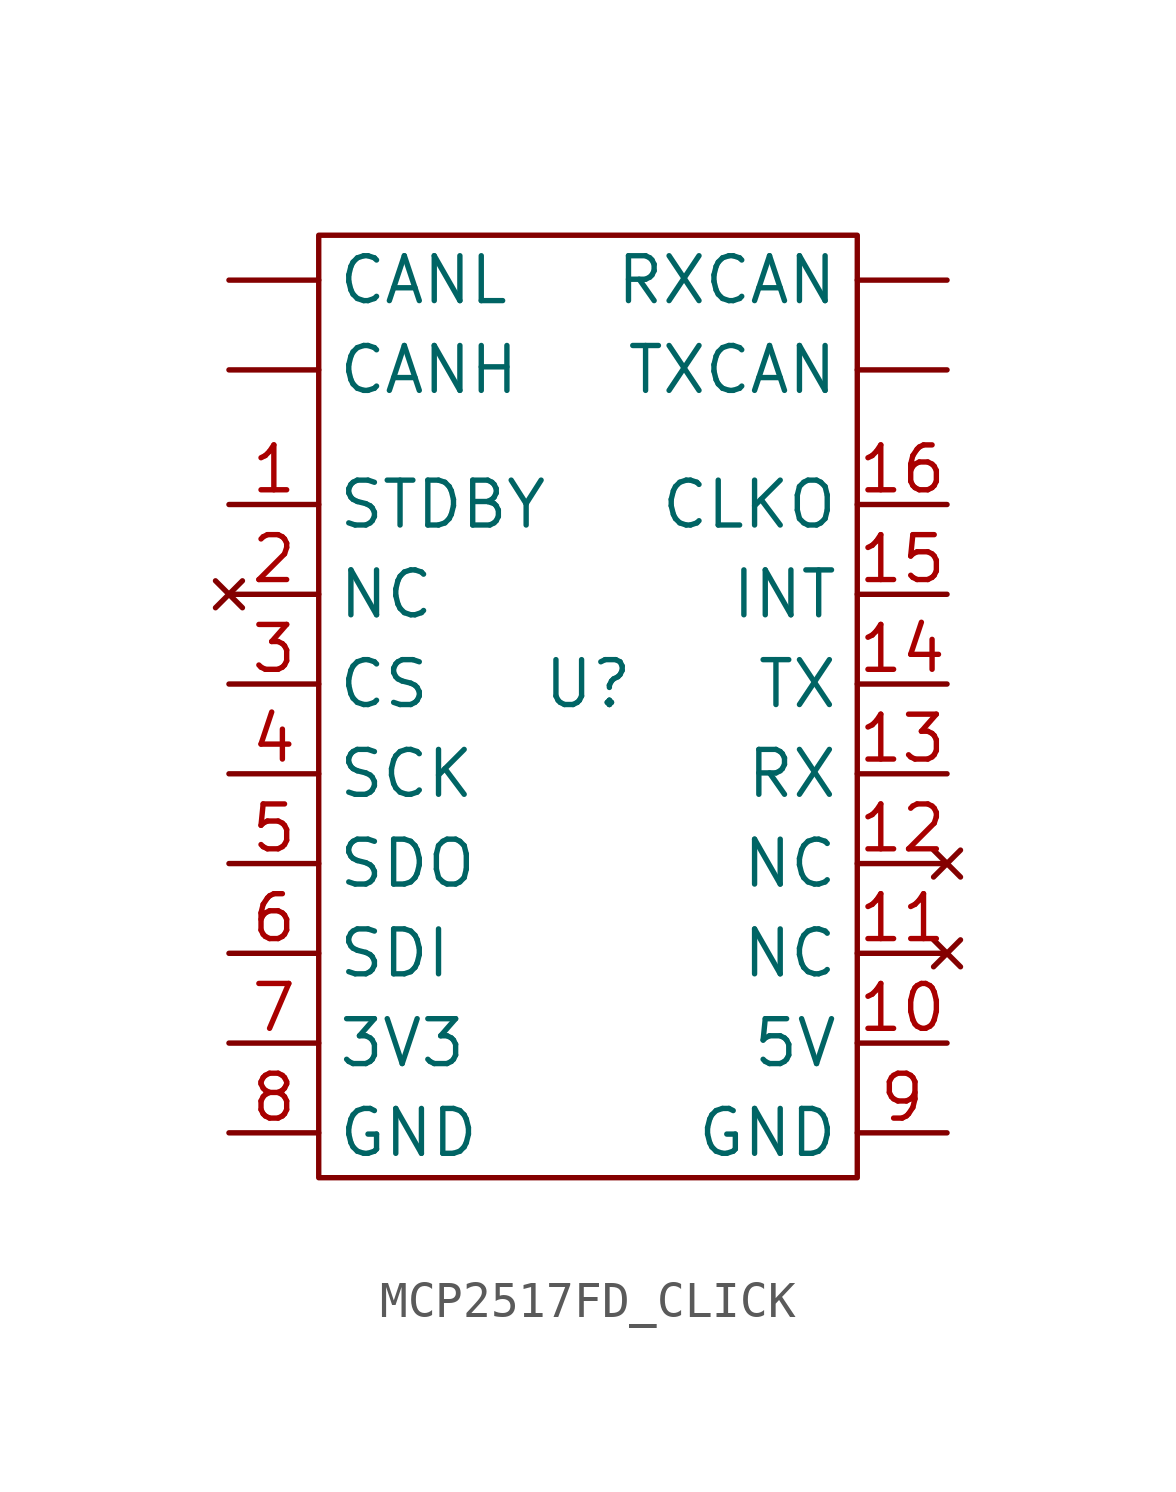
<source format=kicad_sym>
(kicad_symbol_lib
  (version 20241209)
  (generator "kicad_symbol_editor")
  (generator_version "9.0")
  (symbol "MCP2517FD_CLICK"
    (property "Reference" "U"
      (at 0 0 0)
      (effects (font (size 1.27 1.27))))
    (property "Value" ""
      (at 0 0 0)
      (effects (font (size 1.27 1.27))))
    (symbol "MCP2517FD_CLICK_0_1"
      (rectangle (start -7.62 12.7) (end 7.62 -13.97) (stroke (width 0) (type default)) (fill (type none))))
    (symbol "MCP2517FD_CLICK_1_1"
      (pin bidirectional line (at -10.16 11.43 0) (length 2.54) (name "CANL" (effects (font (size 1.27 1.27)))) (number "" (effects (font (size 1.27 1.27)))))
      (pin bidirectional line (at -10.16 8.89 0) (length 2.54) (name "CANH" (effects (font (size 1.27 1.27)))) (number "" (effects (font (size 1.27 1.27)))))
      (pin input line (at -10.16 5.08 0) (length 2.54) (name "STDBY" (effects (font (size 1.27 1.27)))) (number "1" (effects (font (size 1.27 1.27)))))
      (pin no_connect line (at -10.16 2.54 0) (length 2.54) (name "NC" (effects (font (size 1.27 1.27)))) (number "2" (effects (font (size 1.27 1.27)))))
      (pin input line (at -10.16 0 0) (length 2.54) (name "CS" (effects (font (size 1.27 1.27)))) (number "3" (effects (font (size 1.27 1.27)))))
      (pin input line (at -10.16 -2.54 0) (length 2.54) (name "SCK" (effects (font (size 1.27 1.27)))) (number "4" (effects (font (size 1.27 1.27)))))
      (pin output line (at -10.16 -5.08 0) (length 2.54) (name "SDO" (effects (font (size 1.27 1.27)))) (number "5" (effects (font (size 1.27 1.27)))))
      (pin input line (at -10.16 -7.62 0) (length 2.54) (name "SDI" (effects (font (size 1.27 1.27)))) (number "6" (effects (font (size 1.27 1.27)))))
      (pin power_in line (at -10.16 -10.16 0) (length 2.54) (name "3V3" (effects (font (size 1.27 1.27)))) (number "7" (effects (font (size 1.27 1.27)))))
      (pin bidirectional line (at -10.16 -12.7 0) (length 2.54) (name "GND" (effects (font (size 1.27 1.27)))) (number "8" (effects (font (size 1.27 1.27)))))
      (pin bidirectional line (at 10.16 11.43 180) (length 2.54) (name "RXCAN" (effects (font (size 1.27 1.27)))) (number "" (effects (font (size 1.27 1.27)))))
      (pin bidirectional line (at 10.16 8.89 180) (length 2.54) (name "TXCAN" (effects (font (size 1.27 1.27)))) (number "" (effects (font (size 1.27 1.27)))))
      (pin output line (at 10.16 5.08 180) (length 2.54) (name "CLKO" (effects (font (size 1.27 1.27)))) (number "16" (effects (font (size 1.27 1.27)))))
      (pin bidirectional line (at 10.16 2.54 180) (length 2.54) (name "INT" (effects (font (size 1.27 1.27)))) (number "15" (effects (font (size 1.27 1.27)))))
      (pin bidirectional line (at 10.16 0 180) (length 2.54) (name "TX" (effects (font (size 1.27 1.27)))) (number "14" (effects (font (size 1.27 1.27)))))
      (pin bidirectional line (at 10.16 -2.54 180) (length 2.54) (name "RX" (effects (font (size 1.27 1.27)))) (number "13" (effects (font (size 1.27 1.27)))))
      (pin no_connect line (at 10.16 -5.08 180) (length 2.54) (name "NC" (effects (font (size 1.27 1.27)))) (number "12" (effects (font (size 1.27 1.27)))))
      (pin no_connect line (at 10.16 -7.62 180) (length 2.54) (name "NC" (effects (font (size 1.27 1.27)))) (number "11" (effects (font (size 1.27 1.27)))))
      (pin power_in line (at 10.16 -10.16 180) (length 2.54) (name "5V" (effects (font (size 1.27 1.27)))) (number "10" (effects (font (size 1.27 1.27)))))
      (pin bidirectional line (at 10.16 -12.7 180) (length 2.54) (name "GND" (effects (font (size 1.27 1.27)))) (number "9" (effects (font (size 1.27 1.27))))))))
</source>
